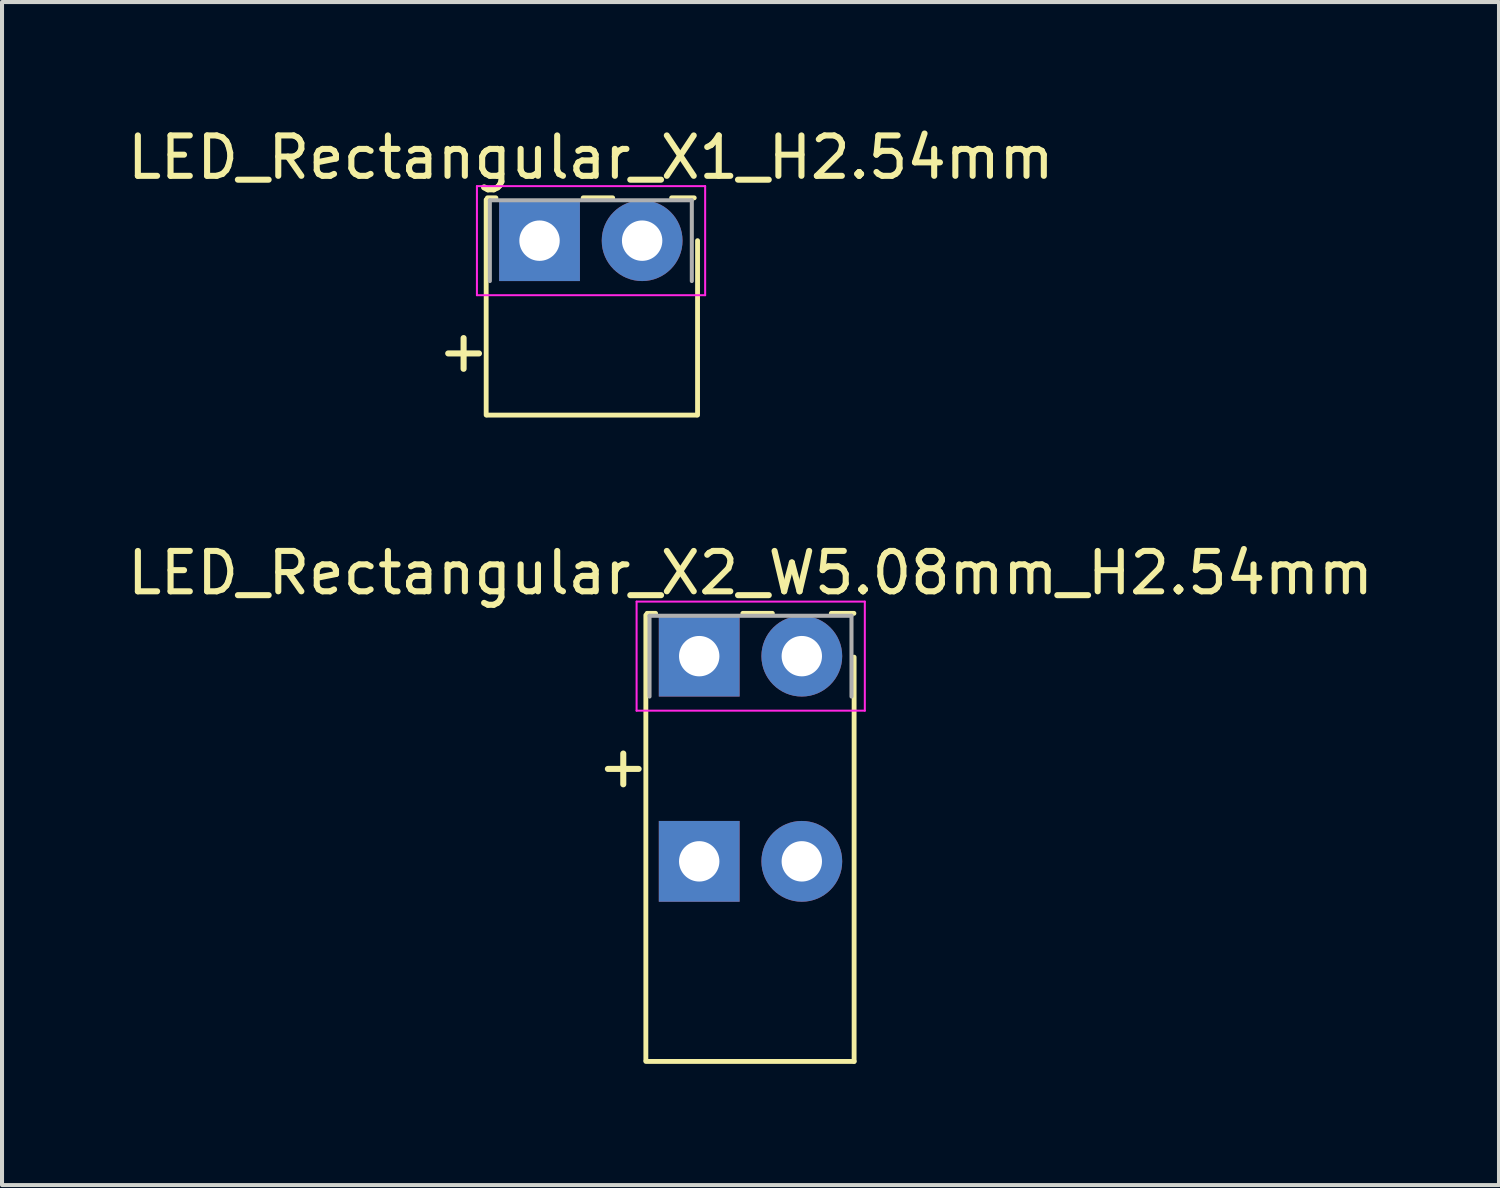
<source format=kicad_pcb>
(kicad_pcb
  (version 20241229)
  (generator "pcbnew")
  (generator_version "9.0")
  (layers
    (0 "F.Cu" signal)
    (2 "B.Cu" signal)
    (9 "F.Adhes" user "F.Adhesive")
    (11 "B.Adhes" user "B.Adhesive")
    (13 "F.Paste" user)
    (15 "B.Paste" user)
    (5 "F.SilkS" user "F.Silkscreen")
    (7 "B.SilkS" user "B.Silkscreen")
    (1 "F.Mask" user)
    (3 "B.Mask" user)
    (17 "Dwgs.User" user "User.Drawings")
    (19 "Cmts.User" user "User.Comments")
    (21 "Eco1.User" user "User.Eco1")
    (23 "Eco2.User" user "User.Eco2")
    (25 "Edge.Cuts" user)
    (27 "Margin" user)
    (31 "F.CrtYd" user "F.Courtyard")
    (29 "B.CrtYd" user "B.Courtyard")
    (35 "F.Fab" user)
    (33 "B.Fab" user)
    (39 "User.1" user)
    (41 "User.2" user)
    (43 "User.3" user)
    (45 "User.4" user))
  (footprint "LED_Rectangular_X1_H2.54mm"
    (layer "F.Cu")
    (at 10.307 2.908)
    (property "Reference" "LED_Rectangular_X1_H2.54mm" (at 1.27 -2.06 0) (layer "F.SilkS") (effects (font (size 1 1) (thickness 0.15))))
    (attr through_hole)
    (fp_line (start -1.321 -1.016) (end -1.321 4.318) (stroke (width 0.12) (type solid)) (layer "F.SilkS"))
    (fp_line (start -1.29 -1.06) (end -1.08 -1.06) (stroke (width 0.12) (type solid)) (layer "F.SilkS"))
    (fp_line (start 1.08 -1.06) (end 1.811 -1.06) (stroke (width 0.12) (type solid)) (layer "F.SilkS"))
    (fp_line (start 3.27 -1.06) (end 3.83 -1.06) (stroke (width 0.12) (type solid)) (layer "F.SilkS"))
    (fp_line (start 3.886 4.318) (end -1.295 4.318) (stroke (width 0.12) (type solid)) (layer "F.SilkS"))
    (fp_line (start 3.912 0) (end 3.912 4.318) (stroke (width 0.12) (type solid)) (layer "F.SilkS"))
    (fp_line (start -1.55 -1.35) (end -1.55 1.35) (stroke (width 0.05) (type solid)) (layer "F.CrtYd"))
    (fp_line (start -1.55 1.35) (end 4.1 1.35) (stroke (width 0.05) (type solid)) (layer "F.CrtYd"))
    (fp_line (start 4.1 -1.35) (end -1.55 -1.35) (stroke (width 0.05) (type solid)) (layer "F.CrtYd"))
    (fp_line (start 4.1 1.35) (end 4.1 -1.35) (stroke (width 0.05) (type solid)) (layer "F.CrtYd"))
    (fp_line (start -1.23 -1) (end -1.23 1) (stroke (width 0.1) (type solid)) (layer "F.Fab"))
    (fp_line (start 3.77 -1) (end -1.23 -1) (stroke (width 0.1) (type solid)) (layer "F.Fab"))
    (fp_line (start 3.77 1) (end 3.77 -1) (stroke (width 0.1) (type solid)) (layer "F.Fab"))
    (fp_text user "+" (at -1.88 2.718 0) (layer "F.SilkS") (effects (font (size 1 1) (thickness 0.15))))
    (pad "1" thru_hole circle (at 2.54 0) (size 2 2) (drill 1) (layers "*.Cu" "*.Mask"))
    (pad "2" thru_hole rect (at 0 0) (size 2 2) (drill 1) (layers "*.Cu" "*.Mask")))
  (footprint "LED_Rectangular_X2_W5.08mm_H2.54mm"
    (layer "F.Cu")
    (at 14.26 13.194)
    (property "Reference" "LED_Rectangular_X2_W5.08mm_H2.54mm" (at 1.27 -2.06 0) (layer "F.SilkS") (effects (font (size 1 1) (thickness 0.15))))
    (attr through_hole)
    (fp_line (start -1.321 -1.016) (end -1.321 10.008) (stroke (width 0.12) (type solid)) (layer "F.SilkS"))
    (fp_line (start -1.321 10.033) (end 3.835 10.033) (stroke (width 0.12) (type solid)) (layer "F.SilkS"))
    (fp_line (start -1.29 -1.06) (end -1.08 -1.06) (stroke (width 0.12) (type solid)) (layer "F.SilkS"))
    (fp_line (start 1.08 -1.06) (end 1.811 -1.06) (stroke (width 0.12) (type solid)) (layer "F.SilkS"))
    (fp_line (start 3.27 -1.06) (end 3.83 -1.06) (stroke (width 0.12) (type solid)) (layer "F.SilkS"))
    (fp_line (start 3.835 0.025) (end 3.835 10.033) (stroke (width 0.12) (type solid)) (layer "F.SilkS"))
    (fp_line (start -1.55 -1.35) (end -1.55 1.35) (stroke (width 0.05) (type solid)) (layer "F.CrtYd"))
    (fp_line (start -1.55 1.35) (end 4.1 1.35) (stroke (width 0.05) (type solid)) (layer "F.CrtYd"))
    (fp_line (start 4.1 -1.35) (end -1.55 -1.35) (stroke (width 0.05) (type solid)) (layer "F.CrtYd"))
    (fp_line (start 4.1 1.35) (end 4.1 -1.35) (stroke (width 0.05) (type solid)) (layer "F.CrtYd"))
    (fp_line (start -1.23 -1) (end -1.23 1) (stroke (width 0.1) (type solid)) (layer "F.Fab"))
    (fp_line (start 3.77 -1) (end -1.23 -1) (stroke (width 0.1) (type solid)) (layer "F.Fab"))
    (fp_line (start 3.77 1) (end 3.77 -1) (stroke (width 0.1) (type solid)) (layer "F.Fab"))
    (fp_text user "+" (at -1.88 2.718 0) (layer "F.SilkS") (effects (font (size 1 1) (thickness 0.15))))
    (pad "1" thru_hole rect (at 0 0) (size 2 2) (drill 1) (layers "*.Cu" "*.Mask"))
    (pad "2" thru_hole rect (at 0 5.08) (size 2 2) (drill 1) (layers "*.Cu" "*.Mask"))
    (pad "3" thru_hole circle (at 2.54 0) (size 2 2) (drill 1) (layers "*.Cu" "*.Mask"))
    (pad "3" thru_hole circle (at 2.54 5.08) (size 2 2) (drill 1) (layers "*.Cu" "*.Mask")))
  (gr_rect
    (start -3 -3)
    (end 34.06 26.288)
    (stroke (width 0.1) (type default))
    (fill no)
    (layer "Edge.Cuts")))
</source>
